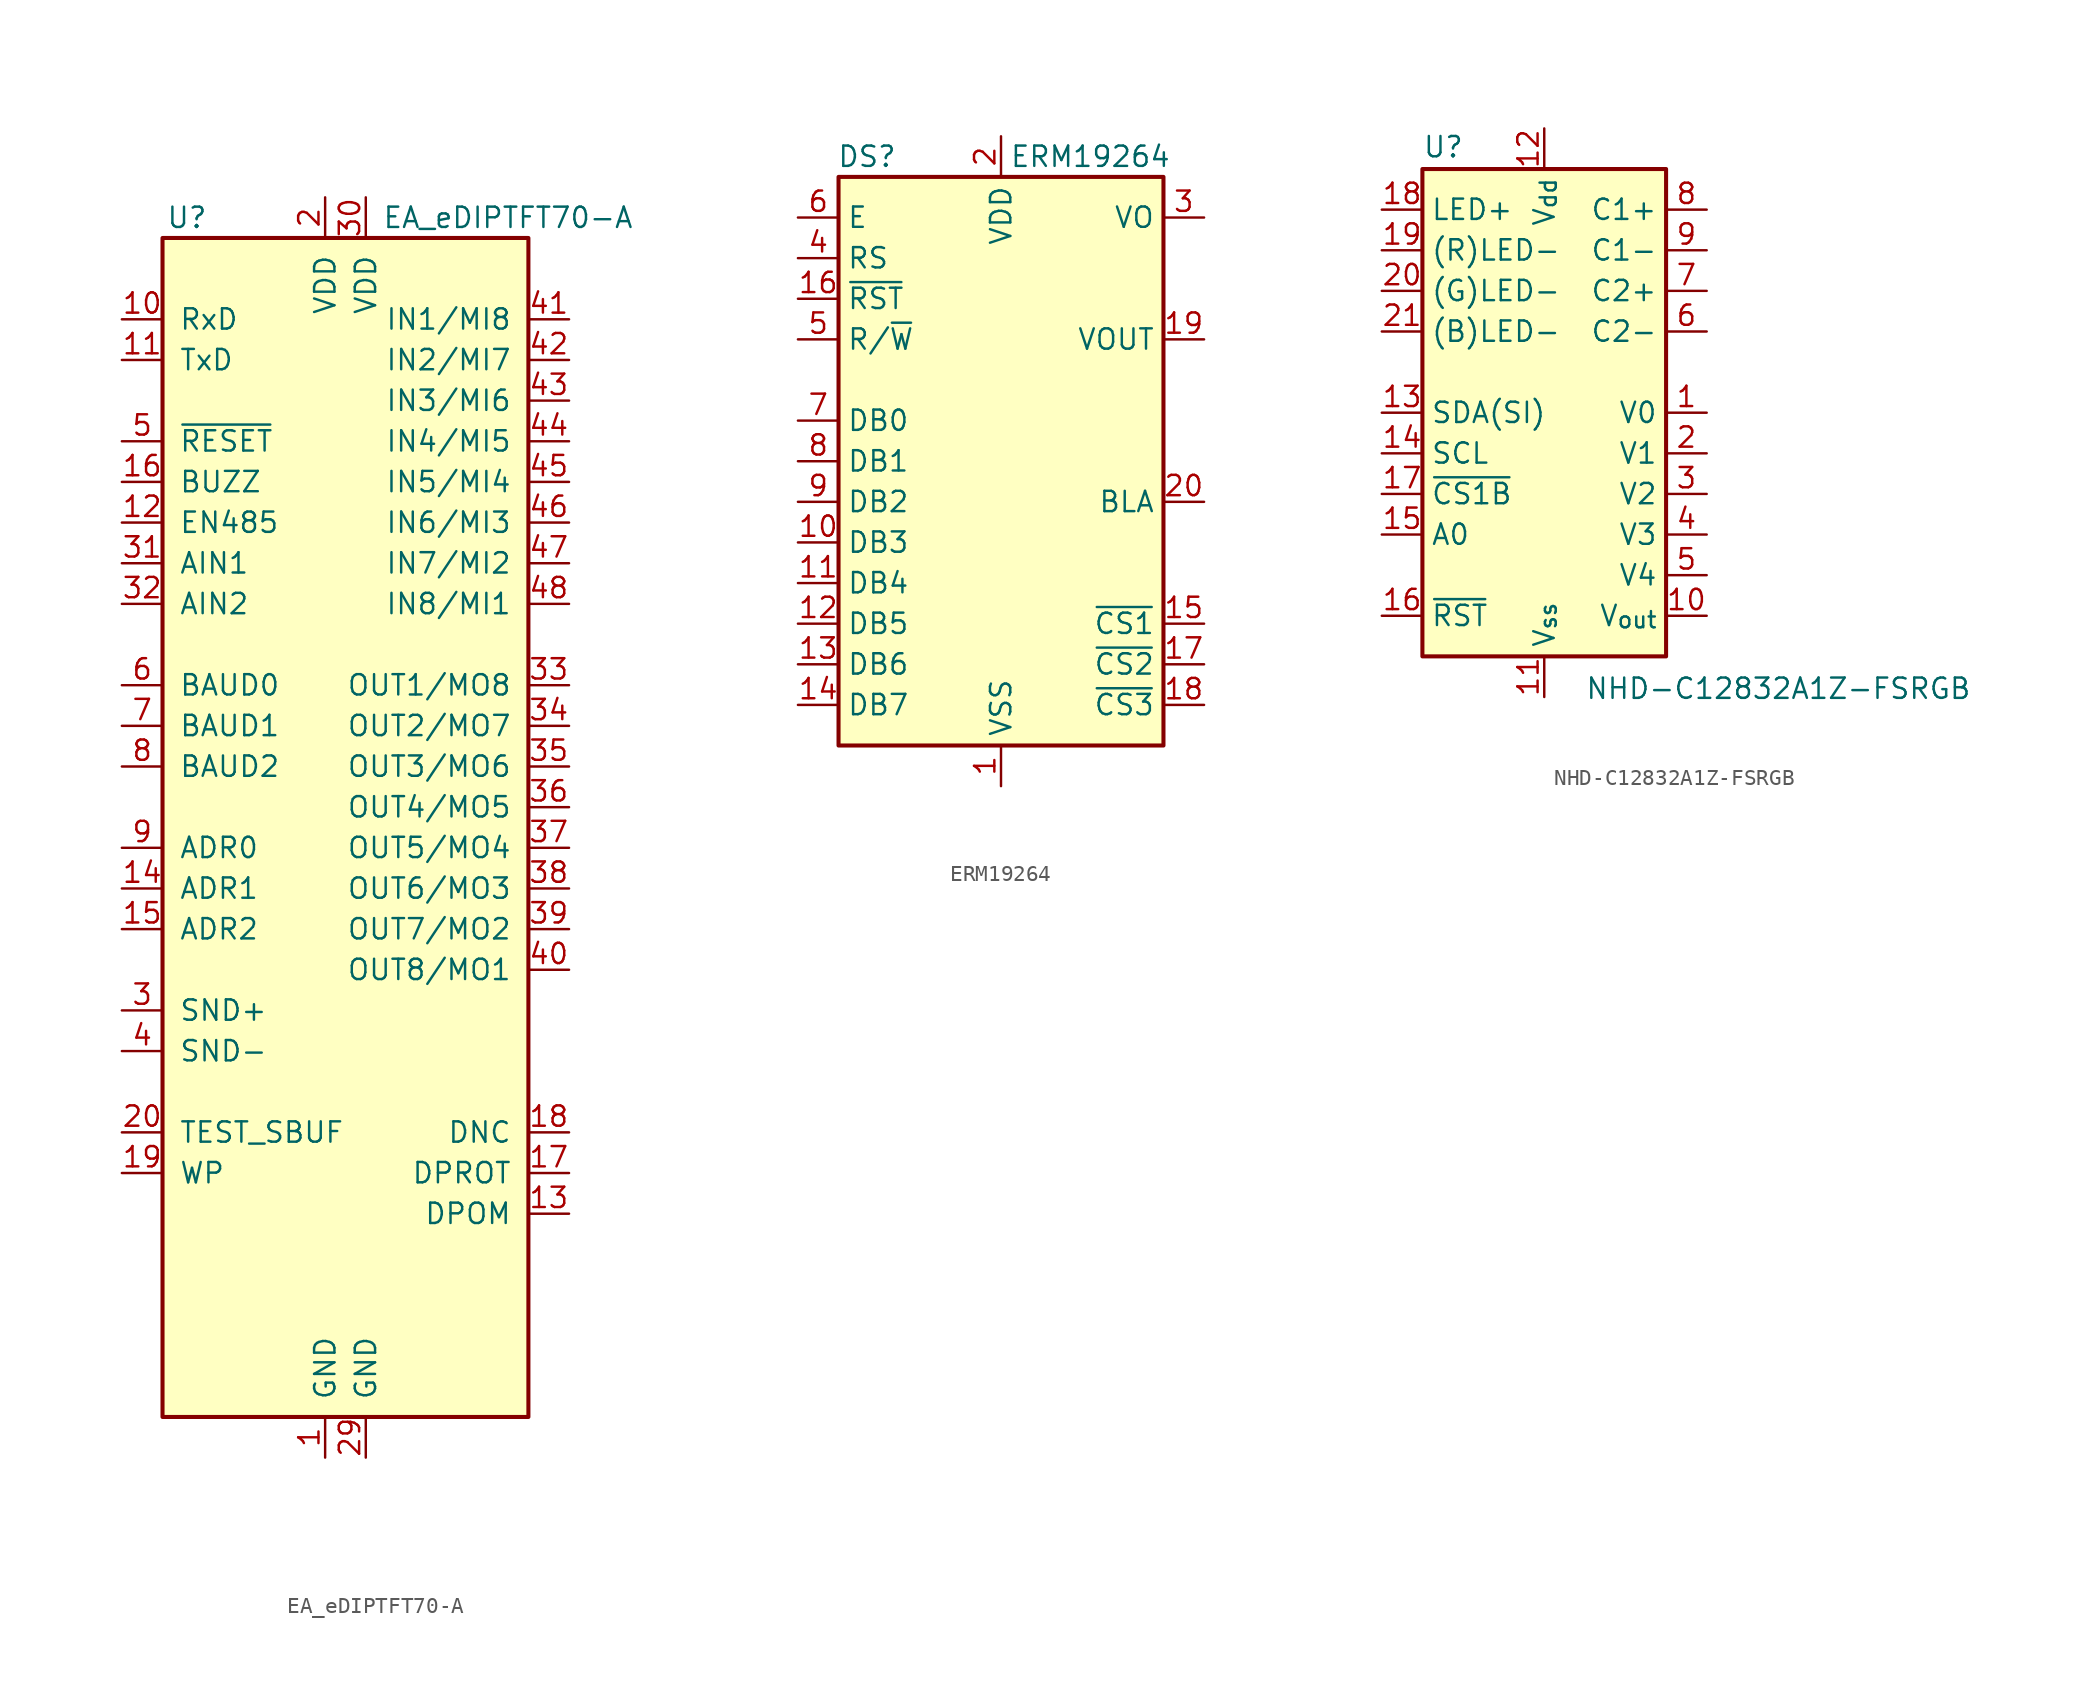
<source format=kicad_sym>
(kicad_symbol_lib
  (version 20220914)
  (generator kicad_symbol_editor)
  (symbol "EA_eDIPTFT70-A"
    (pin_names
      (offset 1.016))
    (property "Reference" "U"
      (at -8.636 36.83 0)
      (effects (font (size 1.27 1.27))))
    (property "Value" "EA_eDIPTFT70-A"
      (at 11.43 36.83 0)
      (effects (font (size 1.27 1.27))))
    (symbol "EA_eDIPTFT70-A_0_1"
      (rectangle (start -10.16 35.56) (end 12.7 -38.1) (stroke (width 0.254) (type default)) (fill (type background))))
    (symbol "EA_eDIPTFT70-A_1_1"
      (pin power_in line (at 0 -40.64 90) (length 2.54) (name "GND" (effects (font (size 1.27 1.27)))) (number "1" (effects (font (size 1.27 1.27)))))
      (pin input line (at -12.7 30.48 0) (length 2.54) (name "RxD" (effects (font (size 1.27 1.27)))) (number "10" (effects (font (size 1.27 1.27)))))
      (pin output line (at -12.7 27.94 0) (length 2.54) (name "TxD" (effects (font (size 1.27 1.27)))) (number "11" (effects (font (size 1.27 1.27)))))
      (pin output line (at -12.7 17.78 0) (length 2.54) (name "EN485" (effects (font (size 1.27 1.27)))) (number "12" (effects (font (size 1.27 1.27)))))
      (pin input line (at 15.24 -25.4 180) (length 2.54) (name "DPOM" (effects (font (size 1.27 1.27)))) (number "13" (effects (font (size 1.27 1.27)))))
      (pin input line (at -12.7 -5.08 0) (length 2.54) (name "ADR1" (effects (font (size 1.27 1.27)))) (number "14" (effects (font (size 1.27 1.27)))))
      (pin input line (at -12.7 -7.62 0) (length 2.54) (name "ADR2" (effects (font (size 1.27 1.27)))) (number "15" (effects (font (size 1.27 1.27)))))
      (pin output line (at -12.7 20.32 0) (length 2.54) (name "BUZZ" (effects (font (size 1.27 1.27)))) (number "16" (effects (font (size 1.27 1.27)))))
      (pin input line (at 15.24 -22.86 180) (length 2.54) (name "DPROT" (effects (font (size 1.27 1.27)))) (number "17" (effects (font (size 1.27 1.27)))))
      (pin output line (at 15.24 -20.32 180) (length 2.54) (name "DNC" (effects (font (size 1.27 1.27)))) (number "18" (effects (font (size 1.27 1.27)))))
      (pin input line (at -12.7 -22.86 0) (length 2.54) (name "WP" (effects (font (size 1.27 1.27)))) (number "19" (effects (font (size 1.27 1.27)))))
      (pin power_in line (at 0 38.1 270) (length 2.54) (name "VDD" (effects (font (size 1.27 1.27)))) (number "2" (effects (font (size 1.27 1.27)))))
      (pin bidirectional line (at -12.7 -20.32 0) (length 2.54) (name "TEST_SBUF" (effects (font (size 1.27 1.27)))) (number "20" (effects (font (size 1.27 1.27)))))
      (pin no_connect line (at -10.16 -27.94 0) (length 2.54) hide (name "NC" (effects (font (size 1.27 1.27)))) (number "21" (effects (font (size 1.27 1.27)))))
      (pin no_connect line (at -10.16 -30.48 0) (length 2.54) hide (name "NC" (effects (font (size 1.27 1.27)))) (number "22" (effects (font (size 1.27 1.27)))))
      (pin no_connect line (at -10.16 -33.02 0) (length 2.54) hide (name "NC" (effects (font (size 1.27 1.27)))) (number "23" (effects (font (size 1.27 1.27)))))
      (pin no_connect line (at -10.16 -35.56 0) (length 2.54) hide (name "NC" (effects (font (size 1.27 1.27)))) (number "24" (effects (font (size 1.27 1.27)))))
      (pin no_connect line (at 12.7 -35.56 180) (length 2.54) hide (name "NC" (effects (font (size 1.27 1.27)))) (number "25" (effects (font (size 1.27 1.27)))))
      (pin no_connect line (at 12.7 -33.02 180) (length 2.54) hide (name "NC" (effects (font (size 1.27 1.27)))) (number "26" (effects (font (size 1.27 1.27)))))
      (pin no_connect line (at 12.7 -30.48 180) (length 2.54) hide (name "NC" (effects (font (size 1.27 1.27)))) (number "27" (effects (font (size 1.27 1.27)))))
      (pin no_connect line (at 12.7 -27.94 180) (length 2.54) hide (name "NC" (effects (font (size 1.27 1.27)))) (number "28" (effects (font (size 1.27 1.27)))))
      (pin power_in line (at 2.54 -40.64 90) (length 2.54) (name "GND" (effects (font (size 1.27 1.27)))) (number "29" (effects (font (size 1.27 1.27)))))
      (pin output line (at -12.7 -12.7 0) (length 2.54) (name "SND+" (effects (font (size 1.27 1.27)))) (number "3" (effects (font (size 1.27 1.27)))))
      (pin power_in line (at 2.54 38.1 270) (length 2.54) (name "VDD" (effects (font (size 1.27 1.27)))) (number "30" (effects (font (size 1.27 1.27)))))
      (pin input line (at -12.7 15.24 0) (length 2.54) (name "AIN1" (effects (font (size 1.27 1.27)))) (number "31" (effects (font (size 1.27 1.27)))))
      (pin input line (at -12.7 12.7 0) (length 2.54) (name "AIN2" (effects (font (size 1.27 1.27)))) (number "32" (effects (font (size 1.27 1.27)))))
      (pin output line (at 15.24 7.62 180) (length 2.54) (name "OUT1/MO8" (effects (font (size 1.27 1.27)))) (number "33" (effects (font (size 1.27 1.27)))))
      (pin output line (at 15.24 5.08 180) (length 2.54) (name "OUT2/MO7" (effects (font (size 1.27 1.27)))) (number "34" (effects (font (size 1.27 1.27)))))
      (pin output line (at 15.24 2.54 180) (length 2.54) (name "OUT3/MO6" (effects (font (size 1.27 1.27)))) (number "35" (effects (font (size 1.27 1.27)))))
      (pin output line (at 15.24 0 180) (length 2.54) (name "OUT4/MO5" (effects (font (size 1.27 1.27)))) (number "36" (effects (font (size 1.27 1.27)))))
      (pin output line (at 15.24 -2.54 180) (length 2.54) (name "OUT5/MO4" (effects (font (size 1.27 1.27)))) (number "37" (effects (font (size 1.27 1.27)))))
      (pin output line (at 15.24 -5.08 180) (length 2.54) (name "OUT6/MO3" (effects (font (size 1.27 1.27)))) (number "38" (effects (font (size 1.27 1.27)))))
      (pin output line (at 15.24 -7.62 180) (length 2.54) (name "OUT7/MO2" (effects (font (size 1.27 1.27)))) (number "39" (effects (font (size 1.27 1.27)))))
      (pin input line (at -12.7 -15.24 0) (length 2.54) (name "SND-" (effects (font (size 1.27 1.27)))) (number "4" (effects (font (size 1.27 1.27)))))
      (pin output line (at 15.24 -10.16 180) (length 2.54) (name "OUT8/MO1" (effects (font (size 1.27 1.27)))) (number "40" (effects (font (size 1.27 1.27)))))
      (pin input line (at 15.24 30.48 180) (length 2.54) (name "IN1/MI8" (effects (font (size 1.27 1.27)))) (number "41" (effects (font (size 1.27 1.27)))))
      (pin input line (at 15.24 27.94 180) (length 2.54) (name "IN2/MI7" (effects (font (size 1.27 1.27)))) (number "42" (effects (font (size 1.27 1.27)))))
      (pin input line (at 15.24 25.4 180) (length 2.54) (name "IN3/MI6" (effects (font (size 1.27 1.27)))) (number "43" (effects (font (size 1.27 1.27)))))
      (pin input line (at 15.24 22.86 180) (length 2.54) (name "IN4/MI5" (effects (font (size 1.27 1.27)))) (number "44" (effects (font (size 1.27 1.27)))))
      (pin input line (at 15.24 20.32 180) (length 2.54) (name "IN5/MI4" (effects (font (size 1.27 1.27)))) (number "45" (effects (font (size 1.27 1.27)))))
      (pin input line (at 15.24 17.78 180) (length 2.54) (name "IN6/MI3" (effects (font (size 1.27 1.27)))) (number "46" (effects (font (size 1.27 1.27)))))
      (pin input line (at 15.24 15.24 180) (length 2.54) (name "IN7/MI2" (effects (font (size 1.27 1.27)))) (number "47" (effects (font (size 1.27 1.27)))))
      (pin input line (at 15.24 12.7 180) (length 2.54) (name "IN8/MI1" (effects (font (size 1.27 1.27)))) (number "48" (effects (font (size 1.27 1.27)))))
      (pin input line (at -12.7 22.86 0) (length 2.54) (name "~{RESET}" (effects (font (size 1.27 1.27)))) (number "5" (effects (font (size 1.27 1.27)))))
      (pin input line (at -12.7 7.62 0) (length 2.54) (name "BAUD0" (effects (font (size 1.27 1.27)))) (number "6" (effects (font (size 1.27 1.27)))))
      (pin input line (at -12.7 5.08 0) (length 2.54) (name "BAUD1" (effects (font (size 1.27 1.27)))) (number "7" (effects (font (size 1.27 1.27)))))
      (pin input line (at -12.7 2.54 0) (length 2.54) (name "BAUD2" (effects (font (size 1.27 1.27)))) (number "8" (effects (font (size 1.27 1.27)))))
      (pin input line (at -12.7 -2.54 0) (length 2.54) (name "ADR0" (effects (font (size 1.27 1.27)))) (number "9" (effects (font (size 1.27 1.27)))))))
  (symbol "ERM19264"
    (property "Reference" "DS"
      (at -8.382 19.05 0)
      (effects (font (size 1.27 1.27))))
    (property "Value" "ERM19264"
      (at 5.588 19.05 0)
      (effects (font (size 1.27 1.27))))
    (symbol "ERM19264_0_0"
      (pin input line (at 12.7 -15.24 180) (length 2.54) (name "~{CS3}" (effects (font (size 1.27 1.27)))) (number "18" (effects (font (size 1.27 1.27))))))
    (symbol "ERM19264_0_1"
      (rectangle (start -10.16 17.78) (end 10.16 -17.78) (stroke (width 0.254) (type default)) (fill (type background))))
    (symbol "ERM19264_1_1"
      (pin power_in line (at 0 -20.32 90) (length 2.54) (name "VSS" (effects (font (size 1.27 1.27)))) (number "1" (effects (font (size 1.27 1.27)))))
      (pin bidirectional line (at -12.7 -5.08 0) (length 2.54) (name "DB3" (effects (font (size 1.27 1.27)))) (number "10" (effects (font (size 1.27 1.27)))))
      (pin bidirectional line (at -12.7 -7.62 0) (length 2.54) (name "DB4" (effects (font (size 1.27 1.27)))) (number "11" (effects (font (size 1.27 1.27)))))
      (pin bidirectional line (at -12.7 -10.16 0) (length 2.54) (name "DB5" (effects (font (size 1.27 1.27)))) (number "12" (effects (font (size 1.27 1.27)))))
      (pin bidirectional line (at -12.7 -12.7 0) (length 2.54) (name "DB6" (effects (font (size 1.27 1.27)))) (number "13" (effects (font (size 1.27 1.27)))))
      (pin bidirectional line (at -12.7 -15.24 0) (length 2.54) (name "DB7" (effects (font (size 1.27 1.27)))) (number "14" (effects (font (size 1.27 1.27)))))
      (pin input line (at 12.7 -10.16 180) (length 2.54) (name "~{CS1}" (effects (font (size 1.27 1.27)))) (number "15" (effects (font (size 1.27 1.27)))))
      (pin input line (at -12.7 10.16 0) (length 2.54) (name "~{RST}" (effects (font (size 1.27 1.27)))) (number "16" (effects (font (size 1.27 1.27)))))
      (pin input line (at 12.7 -12.7 180) (length 2.54) (name "~{CS2}" (effects (font (size 1.27 1.27)))) (number "17" (effects (font (size 1.27 1.27)))))
      (pin passive line (at 12.7 7.62 180) (length 2.54) (name "VOUT" (effects (font (size 1.27 1.27)))) (number "19" (effects (font (size 1.27 1.27)))))
      (pin power_in line (at 0 20.32 270) (length 2.54) (name "VDD" (effects (font (size 1.27 1.27)))) (number "2" (effects (font (size 1.27 1.27)))))
      (pin passive line (at 12.7 -2.54 180) (length 2.54) (name "BLA" (effects (font (size 1.27 1.27)))) (number "20" (effects (font (size 1.27 1.27)))))
      (pin passive line (at 12.7 15.24 180) (length 2.54) (name "VO" (effects (font (size 1.27 1.27)))) (number "3" (effects (font (size 1.27 1.27)))))
      (pin input line (at -12.7 12.7 0) (length 2.54) (name "RS" (effects (font (size 1.27 1.27)))) (number "4" (effects (font (size 1.27 1.27)))))
      (pin input line (at -12.7 7.62 0) (length 2.54) (name "R/~{W}" (effects (font (size 1.27 1.27)))) (number "5" (effects (font (size 1.27 1.27)))))
      (pin input line (at -12.7 15.24 0) (length 2.54) (name "E" (effects (font (size 1.27 1.27)))) (number "6" (effects (font (size 1.27 1.27)))))
      (pin bidirectional line (at -12.7 2.54 0) (length 2.54) (name "DB0" (effects (font (size 1.27 1.27)))) (number "7" (effects (font (size 1.27 1.27)))))
      (pin bidirectional line (at -12.7 0 0) (length 2.54) (name "DB1" (effects (font (size 1.27 1.27)))) (number "8" (effects (font (size 1.27 1.27)))))
      (pin bidirectional line (at -12.7 -2.54 0) (length 2.54) (name "DB2" (effects (font (size 1.27 1.27)))) (number "9" (effects (font (size 1.27 1.27)))))))
  (symbol "NHD-C12832A1Z-FSRGB"
    (property "Reference" "U"
      (at -7.62 15.875 0)
      (effects (font (size 1.27 1.27)) (justify left bottom)))
    (property "Value" "NHD-C12832A1Z-FSRGB"
      (at 2.54 -16.51 0)
      (effects (font (size 1.27 1.27)) (justify left top)))
    (symbol "NHD-C12832A1Z-FSRGB_0_1"
      (rectangle (start -7.62 15.24) (end 7.62 -15.24) (stroke (width 0.254) (type default)) (fill (type background))))
    (symbol "NHD-C12832A1Z-FSRGB_1_1"
      (pin passive line (at 10.16 0 180) (length 2.54) (name "V0" (effects (font (size 1.27 1.27)))) (number "1" (effects (font (size 1.27 1.27)))))
      (pin passive line (at 10.16 -12.7 180) (length 2.54) (name "V_{out}" (effects (font (size 1.27 1.27)))) (number "10" (effects (font (size 1.27 1.27)))))
      (pin power_in line (at 0 -17.78 90) (length 2.54) (name "V_{ss}" (effects (font (size 1.27 1.27)))) (number "11" (effects (font (size 1.27 1.27)))))
      (pin power_in line (at 0 17.78 270) (length 2.54) (name "V_{dd}" (effects (font (size 1.27 1.27)))) (number "12" (effects (font (size 1.27 1.27)))))
      (pin input line (at -10.16 0 0) (length 2.54) (name "SDA(SI)" (effects (font (size 1.27 1.27)))) (number "13" (effects (font (size 1.27 1.27)))))
      (pin input line (at -10.16 -2.54 0) (length 2.54) (name "SCL" (effects (font (size 1.27 1.27)))) (number "14" (effects (font (size 1.27 1.27)))))
      (pin input line (at -10.16 -7.62 0) (length 2.54) (name "A0" (effects (font (size 1.27 1.27)))) (number "15" (effects (font (size 1.27 1.27)))))
      (pin input line (at -10.16 -12.7 0) (length 2.54) (name "~{RST}" (effects (font (size 1.27 1.27)))) (number "16" (effects (font (size 1.27 1.27)))))
      (pin input line (at -10.16 -5.08 0) (length 2.54) (name "~{CS1B}" (effects (font (size 1.27 1.27)))) (number "17" (effects (font (size 1.27 1.27)))))
      (pin passive line (at -10.16 12.7 0) (length 2.54) (name "LED+" (effects (font (size 1.27 1.27)))) (number "18" (effects (font (size 1.27 1.27)))))
      (pin passive line (at -10.16 10.16 0) (length 2.54) (name "(R)LED-" (effects (font (size 1.27 1.27)))) (number "19" (effects (font (size 1.27 1.27)))))
      (pin passive line (at 10.16 -2.54 180) (length 2.54) (name "V1" (effects (font (size 1.27 1.27)))) (number "2" (effects (font (size 1.27 1.27)))))
      (pin passive line (at -10.16 7.62 0) (length 2.54) (name "(G)LED-" (effects (font (size 1.27 1.27)))) (number "20" (effects (font (size 1.27 1.27)))))
      (pin passive line (at -10.16 5.08 0) (length 2.54) (name "(B)LED-" (effects (font (size 1.27 1.27)))) (number "21" (effects (font (size 1.27 1.27)))))
      (pin passive line (at 10.16 -5.08 180) (length 2.54) (name "V2" (effects (font (size 1.27 1.27)))) (number "3" (effects (font (size 1.27 1.27)))))
      (pin passive line (at 10.16 -7.62 180) (length 2.54) (name "V3" (effects (font (size 1.27 1.27)))) (number "4" (effects (font (size 1.27 1.27)))))
      (pin passive line (at 10.16 -10.16 180) (length 2.54) (name "V4" (effects (font (size 1.27 1.27)))) (number "5" (effects (font (size 1.27 1.27)))))
      (pin passive line (at 10.16 5.08 180) (length 2.54) (name "C2-" (effects (font (size 1.27 1.27)))) (number "6" (effects (font (size 1.27 1.27)))))
      (pin passive line (at 10.16 7.62 180) (length 2.54) (name "C2+" (effects (font (size 1.27 1.27)))) (number "7" (effects (font (size 1.27 1.27)))))
      (pin passive line (at 10.16 12.7 180) (length 2.54) (name "C1+" (effects (font (size 1.27 1.27)))) (number "8" (effects (font (size 1.27 1.27)))))
      (pin passive line (at 10.16 10.16 180) (length 2.54) (name "C1-" (effects (font (size 1.27 1.27)))) (number "9" (effects (font (size 1.27 1.27))))))))
</source>
